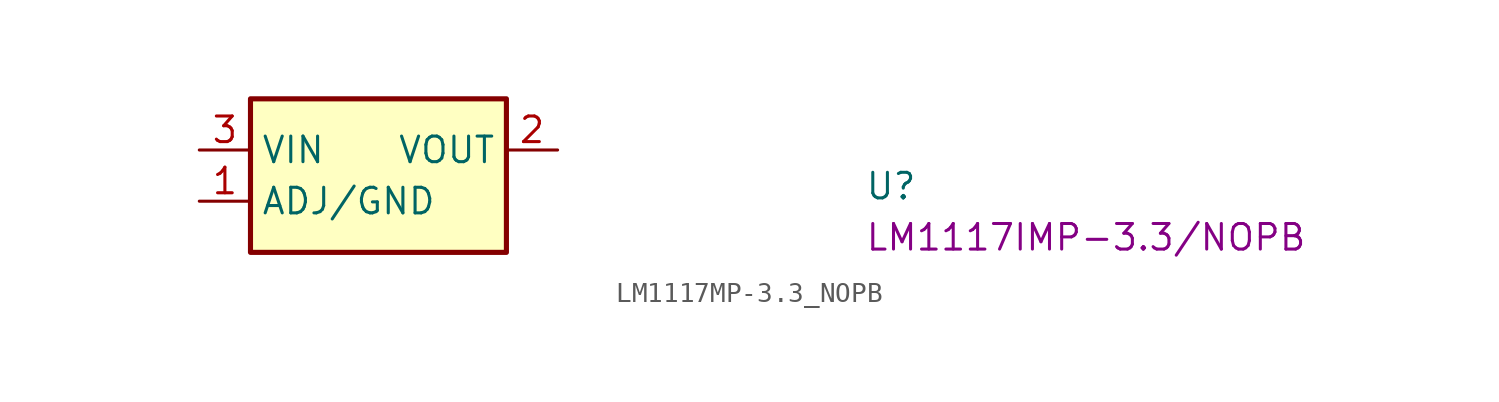
<source format=kicad_sym>
(kicad_symbol_lib
  (version 20220914)
  (generator kicad_symbol_editor)
  (symbol "LM1117MP-3.3_NOPB"
    (property "Reference" "U"
      (at 33.02 -2.54 0)
      (effects (font (size 1.27 1.27) (thickness 0.15)) (justify left bottom)))
    (property "MPN" "LM1117IMP-3.3/NOPB"
      (at 33.02 -5.08 0)
      (effects (font (size 1.27 1.27) (thickness 0.15)) (justify left bottom)))
    (symbol "LM1117MP-3.3_NOPB_1_1"
      (rectangle (start 2.54 2.54) (end 15.24 -5.08) (stroke (width 0.254) (type default)) (fill (type background)))
      (pin power_in line (at 0 -2.54 0) (length 2.54) (name "ADJ/GND" (effects (font (size 1.27 1.27)))) (number "1" (effects (font (size 1.27 1.27)))))
      (pin output line (at 17.78 0 180) (length 2.54) (name "VOUT" (effects (font (size 1.27 1.27)))) (number "2" (effects (font (size 1.27 1.27)))))
      (pin input line (at 0 0 0) (length 2.54) (name "VIN" (effects (font (size 1.27 1.27)))) (number "3" (effects (font (size 1.27 1.27)))))
      (pin output line (at 17.78 0 180) (length 2.54) hide (name "VOUT" (effects (font (size 1.27 1.27)))) (number "4" (effects (font (size 1.27 1.27))))))))
</source>
